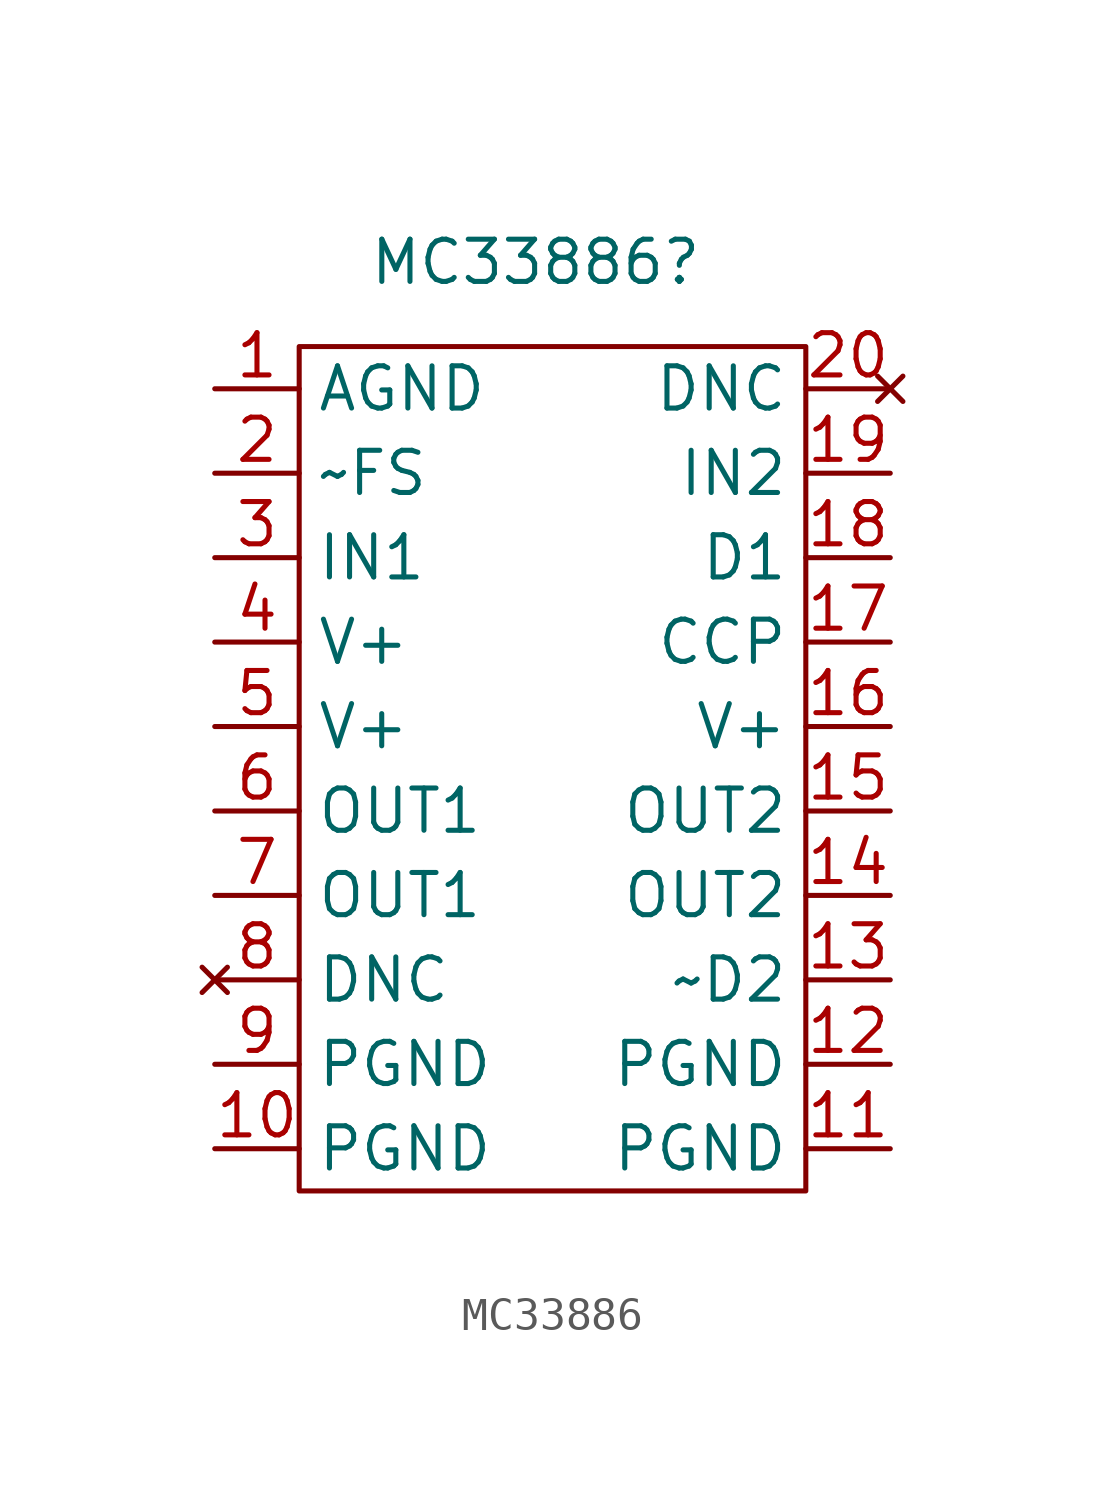
<source format=kicad_sym>
(kicad_symbol_lib
  (version 20241209)
  (generator "kicad_symbol_editor")
  (generator_version "9.0")
  (symbol "MC33886"
    (property "Reference" "MC33886"
      (at -0.508 15.24 0)
      (effects (font (size 1.27 1.27))))
    (property "Value" ""
      (at 0 0 0)
      (effects (font (size 1.27 1.27))))
    (symbol "MC33886_0_1"
      (rectangle (start -7.62 12.7) (end 7.62 -12.7) (stroke (width 0) (type default)) (fill (type none))))
    (symbol "MC33886_1_1"
      (pin power_in line (at -10.16 11.43 0) (length 2.54) (name "AGND" (effects (font (size 1.27 1.27)))) (number "1" (effects (font (size 1.27 1.27)))))
      (pin input line (at -10.16 8.89 0) (length 2.54) (name "~FS" (effects (font (size 1.27 1.27)))) (number "2" (effects (font (size 1.27 1.27)))))
      (pin input line (at -10.16 6.35 0) (length 2.54) (name "IN1" (effects (font (size 1.27 1.27)))) (number "3" (effects (font (size 1.27 1.27)))))
      (pin power_in line (at -10.16 3.81 0) (length 2.54) (name "V+" (effects (font (size 1.27 1.27)))) (number "4" (effects (font (size 1.27 1.27)))))
      (pin power_in line (at -10.16 1.27 0) (length 2.54) (name "V+" (effects (font (size 1.27 1.27)))) (number "5" (effects (font (size 1.27 1.27)))))
      (pin output line (at -10.16 -1.27 0) (length 2.54) (name "OUT1" (effects (font (size 1.27 1.27)))) (number "6" (effects (font (size 1.27 1.27)))))
      (pin output line (at -10.16 -3.81 0) (length 2.54) (name "OUT1" (effects (font (size 1.27 1.27)))) (number "7" (effects (font (size 1.27 1.27)))))
      (pin no_connect line (at -10.16 -6.35 0) (length 2.54) (name "DNC" (effects (font (size 1.27 1.27)))) (number "8" (effects (font (size 1.27 1.27)))))
      (pin power_in line (at -10.16 -8.89 0) (length 2.54) (name "PGND" (effects (font (size 1.27 1.27)))) (number "9" (effects (font (size 1.27 1.27)))))
      (pin power_in line (at -10.16 -11.43 0) (length 2.54) (name "PGND" (effects (font (size 1.27 1.27)))) (number "10" (effects (font (size 1.27 1.27)))))
      (pin no_connect line (at 10.16 11.43 180) (length 2.54) (name "DNC" (effects (font (size 1.27 1.27)))) (number "20" (effects (font (size 1.27 1.27)))))
      (pin input line (at 10.16 8.89 180) (length 2.54) (name "IN2" (effects (font (size 1.27 1.27)))) (number "19" (effects (font (size 1.27 1.27)))))
      (pin input line (at 10.16 6.35 180) (length 2.54) (name "D1" (effects (font (size 1.27 1.27)))) (number "18" (effects (font (size 1.27 1.27)))))
      (pin input line (at 10.16 3.81 180) (length 2.54) (name "CCP" (effects (font (size 1.27 1.27)))) (number "17" (effects (font (size 1.27 1.27)))))
      (pin power_in line (at 10.16 1.27 180) (length 2.54) (name "V+" (effects (font (size 1.27 1.27)))) (number "16" (effects (font (size 1.27 1.27)))))
      (pin output line (at 10.16 -1.27 180) (length 2.54) (name "OUT2" (effects (font (size 1.27 1.27)))) (number "15" (effects (font (size 1.27 1.27)))))
      (pin output line (at 10.16 -3.81 180) (length 2.54) (name "OUT2" (effects (font (size 1.27 1.27)))) (number "14" (effects (font (size 1.27 1.27)))))
      (pin input line (at 10.16 -6.35 180) (length 2.54) (name "~D2" (effects (font (size 1.27 1.27)))) (number "13" (effects (font (size 1.27 1.27)))))
      (pin power_in line (at 10.16 -8.89 180) (length 2.54) (name "PGND" (effects (font (size 1.27 1.27)))) (number "12" (effects (font (size 1.27 1.27)))))
      (pin power_in line (at 10.16 -11.43 180) (length 2.54) (name "PGND" (effects (font (size 1.27 1.27)))) (number "11" (effects (font (size 1.27 1.27))))))))
</source>
